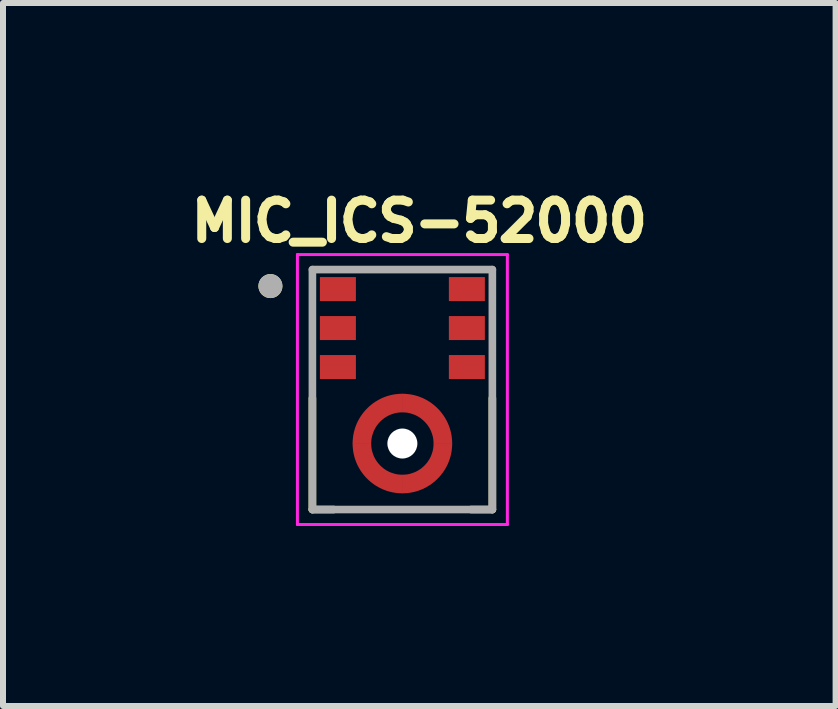
<source format=kicad_pcb>
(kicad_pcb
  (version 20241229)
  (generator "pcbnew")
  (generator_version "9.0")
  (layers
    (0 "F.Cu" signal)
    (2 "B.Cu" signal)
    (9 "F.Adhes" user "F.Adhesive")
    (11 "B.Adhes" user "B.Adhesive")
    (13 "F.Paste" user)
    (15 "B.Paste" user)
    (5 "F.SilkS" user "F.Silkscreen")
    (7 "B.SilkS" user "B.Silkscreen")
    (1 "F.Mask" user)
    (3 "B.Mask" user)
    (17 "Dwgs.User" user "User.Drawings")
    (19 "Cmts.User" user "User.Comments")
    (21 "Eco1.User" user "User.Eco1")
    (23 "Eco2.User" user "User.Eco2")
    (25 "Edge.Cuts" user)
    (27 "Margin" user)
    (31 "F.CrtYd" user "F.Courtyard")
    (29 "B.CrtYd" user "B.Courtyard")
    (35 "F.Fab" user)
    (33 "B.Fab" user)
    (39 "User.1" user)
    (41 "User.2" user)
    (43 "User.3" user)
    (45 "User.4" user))
  (footprint "MIC_ICS-52000"
    (layer "F.Cu")
    (at 3.658 3.444)
    (property "Reference" "MIC_ICS-52000" (at 0.282 -2.806 0) (layer "F.SilkS") (effects (font (size 0.64 0.64) (thickness 0.15))))
    (attr smd)
    (fp_poly (pts (xy -0.475 0.9) (xy -0.474 0.875) (xy -0.472 0.85) (xy -0.469 0.826) (xy -0.465 0.801) (xy -0.459 0.777) (xy -0.452 0.753) (xy -0.443 0.73) (xy -0.434 0.707) (xy -0.423 0.684) (xy -0.411 0.663) (xy -0.398 0.641) (xy -0.384 0.621) (xy -0.369 0.601) (xy -0.353 0.582) (xy -0.336 0.564) (xy -0.318 0.547) (xy -0.299 0.531) (xy -0.279 0.516) (xy -0.259 0.502) (xy -0.237 0.489) (xy -0.216 0.477) (xy -0.193 0.466) (xy -0.17 0.457) (xy -0.147 0.448) (xy -0.123 0.441) (xy -0.099 0.435) (xy -0.074 0.431) (xy -0.05 0.428) (xy -0.025 0.426) (xy 0 0.425) (xy 0 0.025) (xy -0.046 0.026) (xy -0.091 0.03) (xy -0.137 0.036) (xy -0.182 0.044) (xy -0.226 0.055) (xy -0.27 0.068) (xy -0.314 0.083) (xy -0.356 0.101) (xy -0.397 0.12) (xy -0.437 0.142) (xy -0.477 0.166) (xy -0.514 0.192) (xy -0.551 0.22) (xy -0.585 0.25) (xy -0.619 0.281) (xy -0.65 0.315) (xy -0.68 0.349) (xy -0.708 0.386) (xy -0.734 0.423) (xy -0.758 0.463) (xy -0.78 0.503) (xy -0.799 0.544) (xy -0.817 0.586) (xy -0.832 0.63) (xy -0.845 0.674) (xy -0.856 0.718) (xy -0.864 0.763) (xy -0.87 0.809) (xy -0.874 0.854) (xy -0.875 0.9) (xy -0.475 0.9)) (stroke (width 0.01) (type solid)) (fill yes) (layer "F.Mask"))
    (fp_poly (pts (xy 0 0.425) (xy 0.025 0.426) (xy 0.05 0.428) (xy 0.074 0.431) (xy 0.099 0.435) (xy 0.123 0.441) (xy 0.147 0.448) (xy 0.17 0.457) (xy 0.193 0.466) (xy 0.216 0.477) (xy 0.238 0.489) (xy 0.259 0.502) (xy 0.279 0.516) (xy 0.299 0.531) (xy 0.318 0.547) (xy 0.336 0.564) (xy 0.353 0.582) (xy 0.369 0.601) (xy 0.384 0.621) (xy 0.398 0.641) (xy 0.411 0.663) (xy 0.423 0.684) (xy 0.434 0.707) (xy 0.443 0.73) (xy 0.452 0.753) (xy 0.459 0.777) (xy 0.465 0.801) (xy 0.469 0.826) (xy 0.472 0.85) (xy 0.474 0.875) (xy 0.475 0.9) (xy 0.875 0.9) (xy 0.874 0.854) (xy 0.87 0.809) (xy 0.864 0.763) (xy 0.856 0.718) (xy 0.845 0.674) (xy 0.832 0.63) (xy 0.817 0.586) (xy 0.799 0.544) (xy 0.78 0.503) (xy 0.758 0.463) (xy 0.734 0.423) (xy 0.708 0.386) (xy 0.68 0.349) (xy 0.65 0.315) (xy 0.619 0.281) (xy 0.585 0.25) (xy 0.551 0.22) (xy 0.514 0.192) (xy 0.477 0.166) (xy 0.438 0.142) (xy 0.397 0.12) (xy 0.356 0.101) (xy 0.314 0.083) (xy 0.27 0.068) (xy 0.226 0.055) (xy 0.182 0.044) (xy 0.137 0.036) (xy 0.091 0.03) (xy 0.046 0.026) (xy 0 0.025) (xy 0 0.425)) (stroke (width 0.01) (type solid)) (fill yes) (layer "F.Mask"))
    (fp_poly (pts (xy 0 1.375) (xy -0.025 1.374) (xy -0.05 1.372) (xy -0.074 1.369) (xy -0.099 1.365) (xy -0.123 1.359) (xy -0.147 1.352) (xy -0.17 1.343) (xy -0.193 1.334) (xy -0.216 1.323) (xy -0.237 1.311) (xy -0.259 1.298) (xy -0.279 1.284) (xy -0.299 1.269) (xy -0.318 1.253) (xy -0.336 1.236) (xy -0.353 1.218) (xy -0.369 1.199) (xy -0.384 1.179) (xy -0.398 1.159) (xy -0.411 1.137) (xy -0.423 1.116) (xy -0.434 1.093) (xy -0.443 1.07) (xy -0.452 1.047) (xy -0.459 1.023) (xy -0.465 0.999) (xy -0.469 0.974) (xy -0.472 0.95) (xy -0.474 0.925) (xy -0.475 0.9) (xy -0.875 0.9) (xy -0.874 0.946) (xy -0.87 0.991) (xy -0.864 1.037) (xy -0.856 1.082) (xy -0.845 1.126) (xy -0.832 1.17) (xy -0.817 1.214) (xy -0.799 1.256) (xy -0.78 1.297) (xy -0.758 1.337) (xy -0.734 1.377) (xy -0.708 1.414) (xy -0.68 1.451) (xy -0.65 1.485) (xy -0.619 1.519) (xy -0.585 1.55) (xy -0.551 1.58) (xy -0.514 1.608) (xy -0.477 1.634) (xy -0.437 1.658) (xy -0.397 1.68) (xy -0.356 1.699) (xy -0.314 1.717) (xy -0.27 1.732) (xy -0.226 1.745) (xy -0.182 1.756) (xy -0.137 1.764) (xy -0.091 1.77) (xy -0.046 1.774) (xy 0 1.775) (xy 0 1.375)) (stroke (width 0.01) (type solid)) (fill yes) (layer "F.Mask"))
    (fp_poly (pts (xy 0.475 0.9) (xy 0.474 0.925) (xy 0.472 0.95) (xy 0.469 0.974) (xy 0.465 0.999) (xy 0.459 1.023) (xy 0.452 1.047) (xy 0.443 1.07) (xy 0.434 1.093) (xy 0.423 1.116) (xy 0.411 1.137) (xy 0.398 1.159) (xy 0.384 1.179) (xy 0.369 1.199) (xy 0.353 1.218) (xy 0.336 1.236) (xy 0.318 1.253) (xy 0.299 1.269) (xy 0.279 1.284) (xy 0.259 1.298) (xy 0.238 1.311) (xy 0.216 1.323) (xy 0.193 1.334) (xy 0.17 1.343) (xy 0.147 1.352) (xy 0.123 1.359) (xy 0.099 1.365) (xy 0.074 1.369) (xy 0.05 1.372) (xy 0.025 1.374) (xy 0 1.375) (xy 0 1.775) (xy 0.046 1.774) (xy 0.091 1.77) (xy 0.137 1.764) (xy 0.182 1.756) (xy 0.226 1.745) (xy 0.27 1.732) (xy 0.314 1.717) (xy 0.356 1.699) (xy 0.397 1.68) (xy 0.438 1.658) (xy 0.477 1.634) (xy 0.514 1.608) (xy 0.551 1.58) (xy 0.585 1.55) (xy 0.619 1.519) (xy 0.65 1.485) (xy 0.68 1.451) (xy 0.708 1.414) (xy 0.734 1.377) (xy 0.758 1.337) (xy 0.78 1.297) (xy 0.799 1.256) (xy 0.817 1.214) (xy 0.832 1.17) (xy 0.845 1.126) (xy 0.856 1.082) (xy 0.864 1.037) (xy 0.87 0.991) (xy 0.874 0.946) (xy 0.875 0.9) (xy 0.475 0.9)) (stroke (width 0.01) (type solid)) (fill yes) (layer "F.Mask"))
    (fp_line (start -1.5 2) (end -1.5 0.145) (stroke (width 0.127) (type solid)) (layer "F.SilkS"))
    (fp_line (start -1.145 2) (end -1.5 2) (stroke (width 0.127) (type solid)) (layer "F.SilkS"))
    (fp_line (start 1.5 2) (end 1.145 2) (stroke (width 0.127) (type solid)) (layer "F.SilkS"))
    (fp_line (start 1.5 2) (end 1.5 0.145) (stroke (width 0.127) (type solid)) (layer "F.SilkS"))
    (fp_circle (center -2.2 -1.725) (end -2.1 -1.725) (stroke (width 0.2) (type solid)) (fill no) (layer "F.SilkS"))
    (fp_poly (pts (xy -1.325 -1.825) (xy -0.825 -1.825) (xy -0.825 -1.525) (xy -1.325 -1.525)) (stroke (width 0.01) (type solid)) (fill yes) (layer "F.Paste"))
    (fp_poly (pts (xy -1.325 -1.175) (xy -0.825 -1.175) (xy -0.825 -0.875) (xy -1.325 -0.875)) (stroke (width 0.01) (type solid)) (fill yes) (layer "F.Paste"))
    (fp_poly (pts (xy -1.325 -0.525) (xy -0.825 -0.525) (xy -0.825 -0.225) (xy -1.325 -0.225)) (stroke (width 0.01) (type solid)) (fill yes) (layer "F.Paste"))
    (fp_poly (pts (xy 0.825 -1.825) (xy 1.325 -1.825) (xy 1.325 -1.525) (xy 0.825 -1.525)) (stroke (width 0.01) (type solid)) (fill yes) (layer "F.Paste"))
    (fp_poly (pts (xy 0.825 -1.175) (xy 1.325 -1.175) (xy 1.325 -0.875) (xy 0.825 -0.875)) (stroke (width 0.01) (type solid)) (fill yes) (layer "F.Paste"))
    (fp_poly (pts (xy 0.825 -0.525) (xy 1.325 -0.525) (xy 1.325 -0.225) (xy 0.825 -0.225)) (stroke (width 0.01) (type solid)) (fill yes) (layer "F.Paste"))
    (fp_poly (pts (xy -0.825 0.85) (xy -0.821 0.807) (xy -0.815 0.768) (xy -0.808 0.729) (xy -0.799 0.69) (xy -0.788 0.652) (xy -0.775 0.615) (xy -0.76 0.578) (xy -0.744 0.542) (xy -0.725 0.506) (xy -0.706 0.472) (xy -0.684 0.439) (xy -0.661 0.406) (xy -0.637 0.375) (xy -0.611 0.345) (xy -0.583 0.317) (xy -0.555 0.289) (xy -0.525 0.263) (xy -0.494 0.239) (xy -0.461 0.216) (xy -0.428 0.194) (xy -0.394 0.175) (xy -0.358 0.156) (xy -0.322 0.14) (xy -0.285 0.125) (xy -0.248 0.112) (xy -0.21 0.101) (xy -0.171 0.092) (xy -0.132 0.085) (xy -0.093 0.079) (xy -0.05 0.075) (xy -0.05 0.325) (xy -0.077 0.328) (xy -0.103 0.332) (xy -0.13 0.338) (xy -0.156 0.344) (xy -0.181 0.352) (xy -0.207 0.361) (xy -0.231 0.371) (xy -0.256 0.383) (xy -0.28 0.395) (xy -0.303 0.409) (xy -0.325 0.423) (xy -0.347 0.439) (xy -0.368 0.456) (xy -0.389 0.473) (xy -0.408 0.492) (xy -0.427 0.511) (xy -0.444 0.532) (xy -0.461 0.553) (xy -0.477 0.575) (xy -0.491 0.597) (xy -0.505 0.62) (xy -0.517 0.644) (xy -0.529 0.669) (xy -0.539 0.693) (xy -0.548 0.719) (xy -0.556 0.744) (xy -0.562 0.77) (xy -0.568 0.797) (xy -0.572 0.823) (xy -0.575 0.85) (xy -0.825 0.85)) (stroke (width 0.01) (type solid)) (fill yes) (layer "F.Paste"))
    (fp_poly (pts (xy -0.05 1.725) (xy -0.093 1.721) (xy -0.132 1.715) (xy -0.171 1.708) (xy -0.21 1.699) (xy -0.248 1.688) (xy -0.285 1.675) (xy -0.322 1.66) (xy -0.358 1.644) (xy -0.394 1.625) (xy -0.428 1.606) (xy -0.461 1.584) (xy -0.494 1.561) (xy -0.525 1.537) (xy -0.555 1.511) (xy -0.583 1.483) (xy -0.611 1.455) (xy -0.637 1.425) (xy -0.661 1.394) (xy -0.684 1.361) (xy -0.706 1.328) (xy -0.725 1.294) (xy -0.744 1.258) (xy -0.76 1.222) (xy -0.775 1.185) (xy -0.788 1.148) (xy -0.799 1.11) (xy -0.808 1.071) (xy -0.815 1.032) (xy -0.821 0.993) (xy -0.825 0.95) (xy -0.575 0.95) (xy -0.572 0.977) (xy -0.568 1.003) (xy -0.562 1.03) (xy -0.556 1.056) (xy -0.548 1.081) (xy -0.539 1.107) (xy -0.529 1.131) (xy -0.517 1.156) (xy -0.505 1.18) (xy -0.491 1.203) (xy -0.477 1.225) (xy -0.461 1.247) (xy -0.444 1.268) (xy -0.427 1.289) (xy -0.408 1.308) (xy -0.389 1.327) (xy -0.368 1.344) (xy -0.347 1.361) (xy -0.325 1.377) (xy -0.303 1.391) (xy -0.28 1.405) (xy -0.256 1.417) (xy -0.231 1.429) (xy -0.207 1.439) (xy -0.181 1.448) (xy -0.156 1.456) (xy -0.13 1.462) (xy -0.103 1.468) (xy -0.077 1.472) (xy -0.05 1.475) (xy -0.05 1.725)) (stroke (width 0.01) (type solid)) (fill yes) (layer "F.Paste"))
    (fp_poly (pts (xy 0.05 0.075) (xy 0.093 0.079) (xy 0.132 0.085) (xy 0.171 0.092) (xy 0.21 0.101) (xy 0.248 0.112) (xy 0.285 0.125) (xy 0.322 0.14) (xy 0.358 0.156) (xy 0.394 0.175) (xy 0.428 0.194) (xy 0.461 0.216) (xy 0.494 0.239) (xy 0.525 0.263) (xy 0.555 0.289) (xy 0.583 0.317) (xy 0.611 0.345) (xy 0.637 0.375) (xy 0.661 0.406) (xy 0.684 0.439) (xy 0.706 0.472) (xy 0.725 0.506) (xy 0.744 0.542) (xy 0.76 0.578) (xy 0.775 0.615) (xy 0.788 0.652) (xy 0.799 0.69) (xy 0.808 0.729) (xy 0.815 0.768) (xy 0.821 0.807) (xy 0.825 0.85) (xy 0.575 0.85) (xy 0.572 0.823) (xy 0.568 0.797) (xy 0.562 0.77) (xy 0.556 0.744) (xy 0.548 0.719) (xy 0.539 0.693) (xy 0.529 0.669) (xy 0.517 0.644) (xy 0.505 0.62) (xy 0.491 0.597) (xy 0.477 0.575) (xy 0.461 0.553) (xy 0.444 0.532) (xy 0.427 0.511) (xy 0.408 0.492) (xy 0.389 0.473) (xy 0.368 0.456) (xy 0.347 0.439) (xy 0.325 0.423) (xy 0.303 0.409) (xy 0.28 0.395) (xy 0.256 0.383) (xy 0.231 0.371) (xy 0.207 0.361) (xy 0.181 0.352) (xy 0.156 0.344) (xy 0.13 0.338) (xy 0.103 0.332) (xy 0.077 0.328) (xy 0.05 0.325) (xy 0.05 0.075)) (stroke (width 0.01) (type solid)) (fill yes) (layer "F.Paste"))
    (fp_poly (pts (xy 0.825 0.95) (xy 0.821 0.993) (xy 0.815 1.032) (xy 0.808 1.071) (xy 0.799 1.11) (xy 0.788 1.148) (xy 0.775 1.185) (xy 0.76 1.222) (xy 0.744 1.258) (xy 0.725 1.294) (xy 0.706 1.328) (xy 0.684 1.361) (xy 0.661 1.394) (xy 0.637 1.425) (xy 0.611 1.455) (xy 0.583 1.483) (xy 0.555 1.511) (xy 0.525 1.537) (xy 0.494 1.561) (xy 0.461 1.584) (xy 0.428 1.606) (xy 0.394 1.625) (xy 0.358 1.644) (xy 0.322 1.66) (xy 0.285 1.675) (xy 0.248 1.688) (xy 0.21 1.699) (xy 0.171 1.708) (xy 0.132 1.715) (xy 0.093 1.721) (xy 0.05 1.725) (xy 0.05 1.475) (xy 0.077 1.472) (xy 0.103 1.468) (xy 0.13 1.462) (xy 0.156 1.456) (xy 0.181 1.448) (xy 0.207 1.439) (xy 0.231 1.429) (xy 0.256 1.417) (xy 0.28 1.405) (xy 0.303 1.391) (xy 0.325 1.377) (xy 0.347 1.361) (xy 0.368 1.344) (xy 0.389 1.327) (xy 0.408 1.308) (xy 0.427 1.289) (xy 0.444 1.268) (xy 0.461 1.247) (xy 0.477 1.225) (xy 0.491 1.203) (xy 0.505 1.18) (xy 0.517 1.156) (xy 0.529 1.131) (xy 0.539 1.107) (xy 0.548 1.081) (xy 0.556 1.056) (xy 0.562 1.03) (xy 0.568 1.003) (xy 0.572 0.977) (xy 0.575 0.95) (xy 0.825 0.95)) (stroke (width 0.01) (type solid)) (fill yes) (layer "F.Paste"))
    (fp_line (start -1.75 -2.25) (end 1.75 -2.25) (stroke (width 0.05) (type solid)) (layer "F.CrtYd"))
    (fp_line (start -1.75 2.25) (end -1.75 -2.25) (stroke (width 0.05) (type solid)) (layer "F.CrtYd"))
    (fp_line (start 1.75 -2.25) (end 1.75 2.25) (stroke (width 0.05) (type solid)) (layer "F.CrtYd"))
    (fp_line (start 1.75 2.25) (end -1.75 2.25) (stroke (width 0.05) (type solid)) (layer "F.CrtYd"))
    (fp_line (start -1.5 -2) (end 1.5 -2) (stroke (width 0.127) (type solid)) (layer "F.Fab"))
    (fp_line (start -1.5 2) (end -1.5 -2) (stroke (width 0.127) (type solid)) (layer "F.Fab"))
    (fp_line (start 1.5 -2) (end 1.5 2) (stroke (width 0.127) (type solid)) (layer "F.Fab"))
    (fp_line (start 1.5 2) (end -1.5 2) (stroke (width 0.127) (type solid)) (layer "F.Fab"))
    (fp_circle (center -2.2 -1.725) (end -2.1 -1.725) (stroke (width 0.2) (type solid)) (fill no) (layer "F.Fab"))
    (pad "" np_thru_hole circle (at 0 0.9) (size 0.5 0.5) (drill 0.5) (layers "*.Cu" "*.Mask"))
    (pad "1" smd rect (at -1.075 -1.675) (size 0.6 0.4) (layers "F.Cu" "F.Mask"))
    (pad "2" smd rect (at -1.075 -1.025) (size 0.6 0.4) (layers "F.Cu" "F.Mask"))
    (pad "3" smd rect (at -1.075 -0.375) (size 0.6 0.4) (layers "F.Cu" "F.Mask"))
    (pad "4_1" smd custom (at -0.5 0.4) (size 0.1 0.1) (layers "F.Cu") (options (anchor rect)) (primitives (gr_poly (pts (xy -0.325 0.5) (xy -0.324 0.457) (xy -0.32 0.414) (xy -0.315 0.371) (xy -0.307 0.328) (xy -0.297 0.286) (xy -0.285 0.245) (xy -0.27 0.204) (xy -0.254 0.164) (xy -0.235 0.125) (xy -0.214 0.087) (xy -0.192 0.051) (xy -0.167 0.015) (xy -0.141 -0.019) (xy -0.113 -0.052) (xy -0.083 -0.083) (xy -0.052 -0.113) (xy -0.019 -0.141) (xy 0.015 -0.167) (xy 0.051 -0.192) (xy 0.088 -0.214) (xy 0.125 -0.235) (xy 0.164 -0.254) (xy 0.204 -0.27) (xy 0.245 -0.285) (xy 0.286 -0.297) (xy 0.328 -0.307) (xy 0.371 -0.315) (xy 0.414 -0.32) (xy 0.457 -0.324) (xy 0.5 -0.325) (xy 0.5 -0.025) (xy 0.473 -0.024) (xy 0.445 -0.022) (xy 0.418 -0.019) (xy 0.391 -0.014) (xy 0.364 -0.007) (xy 0.338 0.001) (xy 0.312 0.01) (xy 0.286 0.02) (xy 0.262 0.032) (xy 0.238 0.045) (xy 0.214 0.06) (xy 0.191 0.075) (xy 0.17 0.092) (xy 0.149 0.11) (xy 0.129 0.129) (xy 0.11 0.149) (xy 0.092 0.17) (xy 0.075 0.191) (xy 0.06 0.214) (xy 0.045 0.237) (xy 0.032 0.262) (xy 0.02 0.286) (xy 0.01 0.312) (xy 0.001 0.338) (xy -0.007 0.364) (xy -0.014 0.391) (xy -0.019 0.418) (xy -0.022 0.445) (xy -0.024 0.473) (xy -0.025 0.5) (xy -0.325 0.5)) (width 0.01) (fill yes))))
    (pad "4_2" smd custom (at 0.5 0.4) (size 0.1 0.1) (layers "F.Cu") (options (anchor rect)) (primitives (gr_poly (pts (xy -0.5 -0.325) (xy -0.457 -0.324) (xy -0.414 -0.32) (xy -0.371 -0.315) (xy -0.328 -0.307) (xy -0.286 -0.297) (xy -0.245 -0.285) (xy -0.204 -0.27) (xy -0.164 -0.254) (xy -0.125 -0.235) (xy -0.087 -0.214) (xy -0.051 -0.192) (xy -0.015 -0.167) (xy 0.019 -0.141) (xy 0.052 -0.113) (xy 0.083 -0.083) (xy 0.113 -0.052) (xy 0.141 -0.019) (xy 0.167 0.015) (xy 0.192 0.051) (xy 0.214 0.087) (xy 0.235 0.125) (xy 0.254 0.164) (xy 0.27 0.204) (xy 0.285 0.245) (xy 0.297 0.286) (xy 0.307 0.328) (xy 0.315 0.371) (xy 0.32 0.414) (xy 0.324 0.457) (xy 0.325 0.5) (xy 0.025 0.5) (xy 0.024 0.473) (xy 0.022 0.445) (xy 0.019 0.418) (xy 0.014 0.391) (xy 0.007 0.364) (xy -0.001 0.338) (xy -0.01 0.312) (xy -0.02 0.286) (xy -0.032 0.262) (xy -0.045 0.237) (xy -0.06 0.214) (xy -0.075 0.191) (xy -0.092 0.17) (xy -0.11 0.149) (xy -0.129 0.129) (xy -0.149 0.11) (xy -0.17 0.092) (xy -0.191 0.075) (xy -0.214 0.06) (xy -0.237 0.045) (xy -0.262 0.032) (xy -0.286 0.02) (xy -0.312 0.01) (xy -0.338 0.001) (xy -0.364 -0.007) (xy -0.391 -0.014) (xy -0.418 -0.019) (xy -0.445 -0.022) (xy -0.473 -0.024) (xy -0.5 -0.025) (xy -0.5 -0.325)) (width 0.01) (fill yes))))
    (pad "4_3" smd custom (at 0.5 1.4) (size 0.1 0.1) (layers "F.Cu") (options (anchor rect)) (primitives (gr_poly (pts (xy 0.325 -0.5) (xy 0.324 -0.457) (xy 0.32 -0.414) (xy 0.315 -0.371) (xy 0.307 -0.328) (xy 0.297 -0.286) (xy 0.285 -0.245) (xy 0.27 -0.204) (xy 0.254 -0.164) (xy 0.235 -0.125) (xy 0.214 -0.087) (xy 0.192 -0.051) (xy 0.167 -0.015) (xy 0.141 0.019) (xy 0.113 0.052) (xy 0.083 0.083) (xy 0.052 0.113) (xy 0.019 0.141) (xy -0.015 0.167) (xy -0.051 0.192) (xy -0.087 0.214) (xy -0.125 0.235) (xy -0.164 0.254) (xy -0.204 0.27) (xy -0.245 0.285) (xy -0.286 0.297) (xy -0.328 0.307) (xy -0.371 0.315) (xy -0.414 0.32) (xy -0.457 0.324) (xy -0.5 0.325) (xy -0.5 0.025) (xy -0.473 0.024) (xy -0.445 0.022) (xy -0.418 0.019) (xy -0.391 0.014) (xy -0.364 0.007) (xy -0.338 -0.001) (xy -0.312 -0.01) (xy -0.286 -0.02) (xy -0.262 -0.032) (xy -0.237 -0.045) (xy -0.214 -0.06) (xy -0.191 -0.075) (xy -0.17 -0.092) (xy -0.149 -0.11) (xy -0.129 -0.129) (xy -0.11 -0.149) (xy -0.092 -0.17) (xy -0.075 -0.191) (xy -0.06 -0.214) (xy -0.045 -0.237) (xy -0.032 -0.262) (xy -0.02 -0.286) (xy -0.01 -0.312) (xy -0.001 -0.338) (xy 0.007 -0.364) (xy 0.014 -0.391) (xy 0.019 -0.418) (xy 0.022 -0.445) (xy 0.024 -0.473) (xy 0.025 -0.5) (xy 0.325 -0.5)) (width 0.01) (fill yes))))
    (pad "4_4" smd custom (at -0.5 1.4) (size 0.1 0.1) (layers "F.Cu") (options (anchor rect)) (primitives (gr_poly (pts (xy 0.5 0.325) (xy 0.457 0.324) (xy 0.414 0.32) (xy 0.371 0.315) (xy 0.328 0.307) (xy 0.286 0.297) (xy 0.245 0.285) (xy 0.204 0.27) (xy 0.164 0.254) (xy 0.125 0.235) (xy 0.088 0.214) (xy 0.051 0.192) (xy 0.015 0.167) (xy -0.019 0.141) (xy -0.052 0.113) (xy -0.083 0.083) (xy -0.113 0.052) (xy -0.141 0.019) (xy -0.167 -0.015) (xy -0.192 -0.051) (xy -0.214 -0.087) (xy -0.235 -0.125) (xy -0.254 -0.164) (xy -0.27 -0.204) (xy -0.285 -0.245) (xy -0.297 -0.286) (xy -0.307 -0.328) (xy -0.315 -0.371) (xy -0.32 -0.414) (xy -0.324 -0.457) (xy -0.325 -0.5) (xy -0.025 -0.5) (xy -0.024 -0.473) (xy -0.022 -0.445) (xy -0.019 -0.418) (xy -0.014 -0.391) (xy -0.007 -0.364) (xy 0.001 -0.338) (xy 0.01 -0.312) (xy 0.02 -0.286) (xy 0.032 -0.262) (xy 0.045 -0.237) (xy 0.06 -0.214) (xy 0.075 -0.191) (xy 0.092 -0.17) (xy 0.11 -0.149) (xy 0.129 -0.129) (xy 0.149 -0.11) (xy 0.17 -0.092) (xy 0.191 -0.075) (xy 0.214 -0.06) (xy 0.237 -0.045) (xy 0.262 -0.032) (xy 0.286 -0.02) (xy 0.312 -0.01) (xy 0.338 -0.001) (xy 0.364 0.007) (xy 0.391 0.014) (xy 0.418 0.019) (xy 0.445 0.022) (xy 0.473 0.024) (xy 0.5 0.025) (xy 0.5 0.325)) (width 0.01) (fill yes))))
    (pad "5" smd rect (at 1.075 -0.375) (size 0.6 0.4) (layers "F.Cu" "F.Mask"))
    (pad "6" smd rect (at 1.075 -1.025) (size 0.6 0.4) (layers "F.Cu" "F.Mask"))
    (pad "7" smd rect (at 1.075 -1.675) (size 0.6 0.4) (layers "F.Cu" "F.Mask")))
  (gr_rect
    (start -3 -3)
    (end 10.88 8.719)
    (stroke (width 0.1) (type default))
    (fill no)
    (layer "Edge.Cuts")))
</source>
